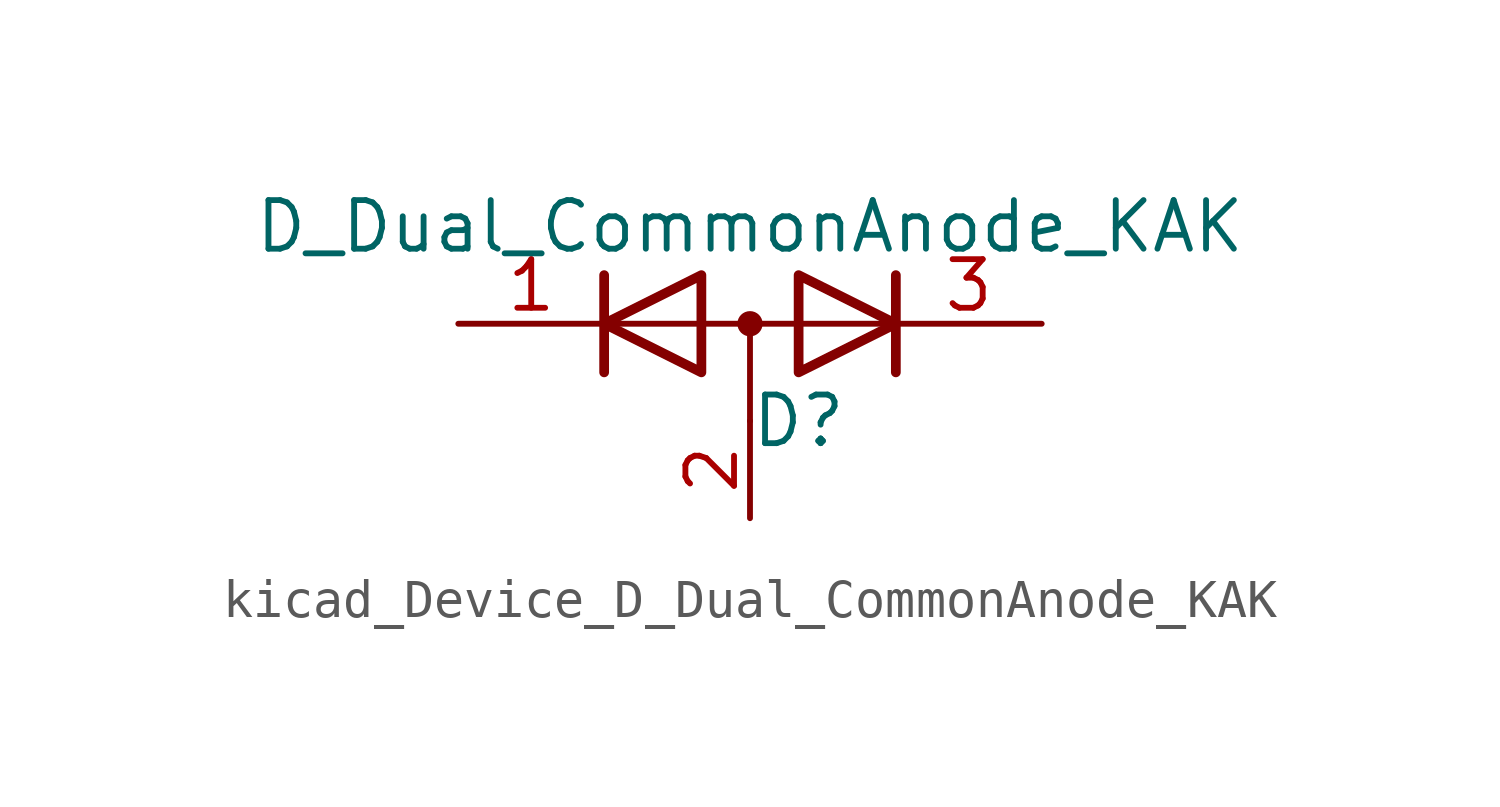
<source format=kicad_sym>
(kicad_symbol_lib
  (version 20220914)
  (generator kicad_symbol_editor)
  (symbol "kicad_Device_D_Dual_CommonAnode_KAK"
    (pin_names
      (offset 0.762) hide)
    (property "Reference" "D"
      (at 1.27 -2.54 0)
      (effects (font (size 1.27 1.27))))
    (property "Value" "D_Dual_CommonAnode_KAK"
      (at 0 2.54 0)
      (effects (font (size 1.27 1.27))))
    (symbol "kicad_Device_D_Dual_CommonAnode_KAK_0_1"
      (polyline (pts (xy 0 0) (xy 0 -2.54)) (stroke (width 0) (type default)) (fill (type none)))
      (polyline (pts (xy 3.81 0) (xy -3.81 0)) (stroke (width 0) (type default)) (fill (type none)))
      (polyline (pts (xy -3.81 1.27) (xy -3.81 -1.27) (xy -3.81 -1.27)) (stroke (width 0.254) (type default)) (fill (type none)))
      (polyline (pts (xy 3.81 1.27) (xy 3.81 -1.27) (xy 3.81 -1.27)) (stroke (width 0.254) (type default)) (fill (type none)))
      (polyline (pts (xy -1.27 -1.27) (xy -3.81 0) (xy -1.27 1.27) (xy -1.27 -1.27) (xy -1.27 -1.27) (xy -1.27 -1.27)) (stroke (width 0.254) (type default)) (fill (type none)))
      (polyline (pts (xy 1.27 1.27) (xy 3.81 0) (xy 1.27 -1.27) (xy 1.27 1.27) (xy 1.27 1.27) (xy 1.27 1.27)) (stroke (width 0.254) (type default)) (fill (type none)))
      (circle (center 0 0) (radius 0.254) (stroke (width 0) (type default)) (fill (type outline)))
      (pin passive line (at -7.62 0 0) (length 3.81) (name "K" (effects (font (size 1.27 1.27)))) (number "1" (effects (font (size 1.27 1.27)))))
      (pin passive line (at 0 -5.08 90) (length 2.54) (name "A" (effects (font (size 1.27 1.27)))) (number "2" (effects (font (size 1.27 1.27)))))
      (pin passive line (at 7.62 0 180) (length 3.81) (name "K" (effects (font (size 1.27 1.27)))) (number "3" (effects (font (size 1.27 1.27))))))))
</source>
